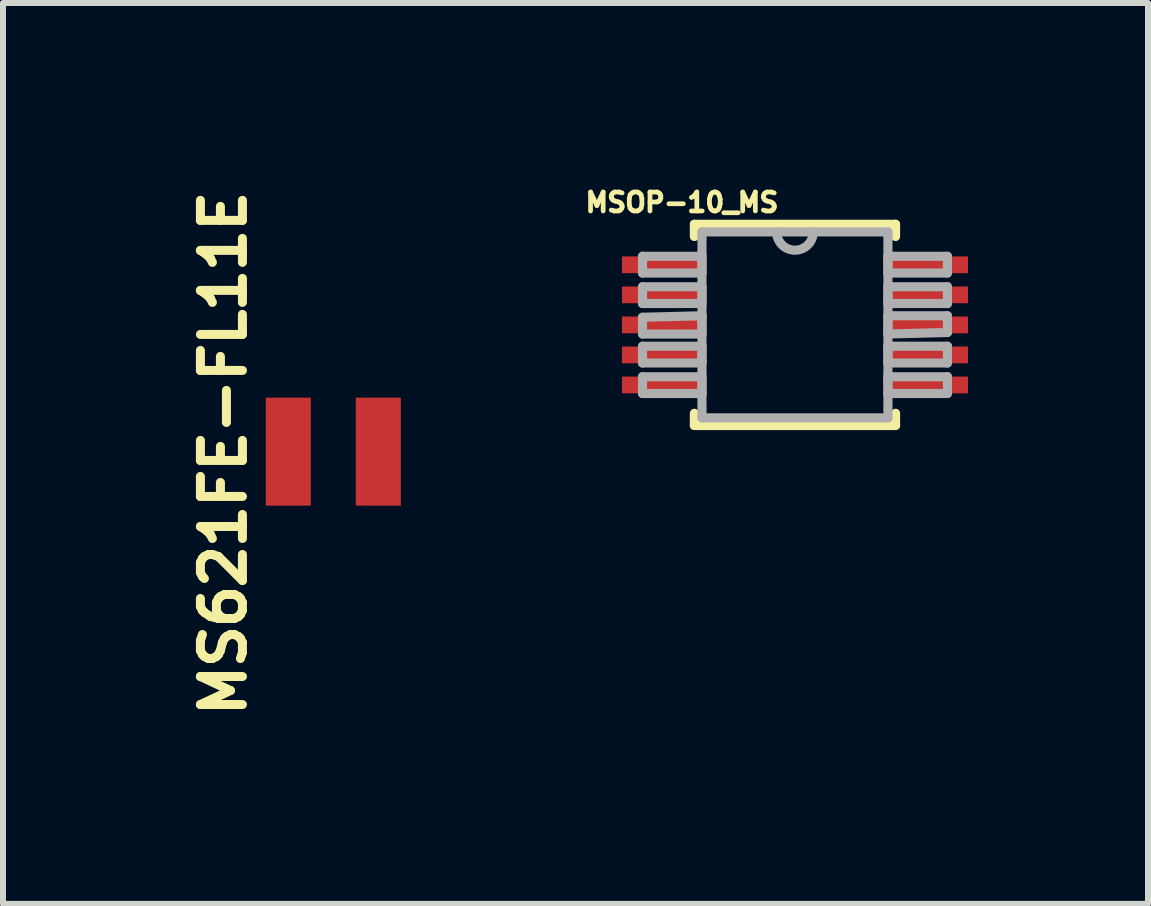
<source format=kicad_pcb>
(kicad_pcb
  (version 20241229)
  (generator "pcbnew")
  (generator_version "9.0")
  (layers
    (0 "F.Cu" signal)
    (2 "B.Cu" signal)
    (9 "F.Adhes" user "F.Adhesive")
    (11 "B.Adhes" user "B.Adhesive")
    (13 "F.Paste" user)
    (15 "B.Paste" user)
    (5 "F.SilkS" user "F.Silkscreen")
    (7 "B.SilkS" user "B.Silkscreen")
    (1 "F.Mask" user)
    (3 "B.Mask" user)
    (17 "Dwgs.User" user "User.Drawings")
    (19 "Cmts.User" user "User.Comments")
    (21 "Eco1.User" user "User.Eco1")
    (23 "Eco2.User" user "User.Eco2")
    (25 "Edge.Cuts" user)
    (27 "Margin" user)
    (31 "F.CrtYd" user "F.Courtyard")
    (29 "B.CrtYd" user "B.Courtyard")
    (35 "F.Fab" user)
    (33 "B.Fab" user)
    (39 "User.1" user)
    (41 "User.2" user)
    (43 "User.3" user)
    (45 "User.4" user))
  (footprint "MSOP-10_MS"
    (layer "F.Cu")
    (at 10.195 2.363)
    (property "Reference" "MSOP-10_MS" (at -1.883 -2.04 0) (layer "F.SilkS") (effects (font (size 0.315 0.315) (thickness 0.15))))
    (attr through_hole)
    (fp_line (start -1.676 -1.676) (end -1.676 -1.473) (stroke (width 0.152) (type solid)) (layer "F.SilkS"))
    (fp_line (start -1.676 1.473) (end -1.676 1.676) (stroke (width 0.152) (type solid)) (layer "F.SilkS"))
    (fp_line (start -1.676 1.676) (end 1.676 1.676) (stroke (width 0.152) (type solid)) (layer "F.SilkS"))
    (fp_line (start 1.676 -1.676) (end -1.676 -1.676) (stroke (width 0.152) (type solid)) (layer "F.SilkS"))
    (fp_line (start 1.676 -1.473) (end 1.676 -1.676) (stroke (width 0.152) (type solid)) (layer "F.SilkS"))
    (fp_line (start 1.676 1.676) (end 1.676 1.473) (stroke (width 0.152) (type solid)) (layer "F.SilkS"))
    (fp_line (start -2.54 -1.143) (end -2.54 -0.864) (stroke (width 0.152) (type solid)) (layer "F.Fab"))
    (fp_line (start -2.54 -0.864) (end -1.549 -0.864) (stroke (width 0.152) (type solid)) (layer "F.Fab"))
    (fp_line (start -2.54 -0.635) (end -2.54 -0.356) (stroke (width 0.152) (type solid)) (layer "F.Fab"))
    (fp_line (start -2.54 -0.356) (end -1.549 -0.356) (stroke (width 0.152) (type solid)) (layer "F.Fab"))
    (fp_line (start -2.54 -0.127) (end -2.54 0.152) (stroke (width 0.152) (type solid)) (layer "F.Fab"))
    (fp_line (start -2.54 0.152) (end -1.549 0.152) (stroke (width 0.152) (type solid)) (layer "F.Fab"))
    (fp_line (start -2.54 0.356) (end -2.54 0.635) (stroke (width 0.152) (type solid)) (layer "F.Fab"))
    (fp_line (start -2.54 0.635) (end -1.549 0.635) (stroke (width 0.152) (type solid)) (layer "F.Fab"))
    (fp_line (start -2.54 0.864) (end -2.54 1.143) (stroke (width 0.152) (type solid)) (layer "F.Fab"))
    (fp_line (start -2.54 1.143) (end -1.549 1.143) (stroke (width 0.152) (type solid)) (layer "F.Fab"))
    (fp_line (start -1.549 -1.549) (end -1.549 1.549) (stroke (width 0.152) (type solid)) (layer "F.Fab"))
    (fp_line (start -1.549 -1.143) (end -2.54 -1.143) (stroke (width 0.152) (type solid)) (layer "F.Fab"))
    (fp_line (start -1.549 -0.864) (end -1.549 -1.143) (stroke (width 0.152) (type solid)) (layer "F.Fab"))
    (fp_line (start -1.549 -0.635) (end -2.54 -0.635) (stroke (width 0.152) (type solid)) (layer "F.Fab"))
    (fp_line (start -1.549 -0.356) (end -1.549 -0.635) (stroke (width 0.152) (type solid)) (layer "F.Fab"))
    (fp_line (start -1.549 -0.152) (end -2.54 -0.127) (stroke (width 0.152) (type solid)) (layer "F.Fab"))
    (fp_line (start -1.549 0.152) (end -1.549 -0.152) (stroke (width 0.152) (type solid)) (layer "F.Fab"))
    (fp_line (start -1.549 0.356) (end -2.54 0.356) (stroke (width 0.152) (type solid)) (layer "F.Fab"))
    (fp_line (start -1.549 0.635) (end -1.549 0.356) (stroke (width 0.152) (type solid)) (layer "F.Fab"))
    (fp_line (start -1.549 0.864) (end -2.54 0.864) (stroke (width 0.152) (type solid)) (layer "F.Fab"))
    (fp_line (start -1.549 1.143) (end -1.549 0.864) (stroke (width 0.152) (type solid)) (layer "F.Fab"))
    (fp_line (start -1.549 1.549) (end 1.549 1.549) (stroke (width 0.152) (type solid)) (layer "F.Fab"))
    (fp_line (start -0.305 -1.549) (end -1.549 -1.549) (stroke (width 0.152) (type solid)) (layer "F.Fab"))
    (fp_line (start 0.305 -1.549) (end -0.305 -1.549) (stroke (width 0.152) (type solid)) (layer "F.Fab"))
    (fp_line (start 1.549 -1.549) (end 0.305 -1.549) (stroke (width 0.152) (type solid)) (layer "F.Fab"))
    (fp_line (start 1.549 -1.143) (end 1.549 -0.864) (stroke (width 0.152) (type solid)) (layer "F.Fab"))
    (fp_line (start 1.549 -0.864) (end 2.54 -0.864) (stroke (width 0.152) (type solid)) (layer "F.Fab"))
    (fp_line (start 1.549 -0.635) (end 1.549 -0.356) (stroke (width 0.152) (type solid)) (layer "F.Fab"))
    (fp_line (start 1.549 -0.356) (end 2.54 -0.356) (stroke (width 0.152) (type solid)) (layer "F.Fab"))
    (fp_line (start 1.549 -0.152) (end 1.549 0.152) (stroke (width 0.152) (type solid)) (layer "F.Fab"))
    (fp_line (start 1.549 0.152) (end 2.54 0.127) (stroke (width 0.152) (type solid)) (layer "F.Fab"))
    (fp_line (start 1.549 0.356) (end 1.549 0.635) (stroke (width 0.152) (type solid)) (layer "F.Fab"))
    (fp_line (start 1.549 0.635) (end 2.54 0.635) (stroke (width 0.152) (type solid)) (layer "F.Fab"))
    (fp_line (start 1.549 0.864) (end 1.549 1.143) (stroke (width 0.152) (type solid)) (layer "F.Fab"))
    (fp_line (start 1.549 1.143) (end 2.54 1.143) (stroke (width 0.152) (type solid)) (layer "F.Fab"))
    (fp_line (start 1.549 1.549) (end 1.549 -1.549) (stroke (width 0.152) (type solid)) (layer "F.Fab"))
    (fp_line (start 2.54 -1.143) (end 1.549 -1.143) (stroke (width 0.152) (type solid)) (layer "F.Fab"))
    (fp_line (start 2.54 -0.864) (end 2.54 -1.143) (stroke (width 0.152) (type solid)) (layer "F.Fab"))
    (fp_line (start 2.54 -0.635) (end 1.549 -0.635) (stroke (width 0.152) (type solid)) (layer "F.Fab"))
    (fp_line (start 2.54 -0.356) (end 2.54 -0.635) (stroke (width 0.152) (type solid)) (layer "F.Fab"))
    (fp_line (start 2.54 -0.152) (end 1.549 -0.152) (stroke (width 0.152) (type solid)) (layer "F.Fab"))
    (fp_line (start 2.54 0.127) (end 2.54 -0.152) (stroke (width 0.152) (type solid)) (layer "F.Fab"))
    (fp_line (start 2.54 0.356) (end 1.549 0.356) (stroke (width 0.152) (type solid)) (layer "F.Fab"))
    (fp_line (start 2.54 0.635) (end 2.54 0.356) (stroke (width 0.152) (type solid)) (layer "F.Fab"))
    (fp_line (start 2.54 0.864) (end 1.549 0.864) (stroke (width 0.152) (type solid)) (layer "F.Fab"))
    (fp_line (start 2.54 1.143) (end 2.54 0.864) (stroke (width 0.152) (type solid)) (layer "F.Fab"))
    (fp_arc (start 0.3048 -1.5494) (mid 0 -1.2446) (end -0.3048 -1.5494) (stroke (width 0.1524) (type solid)) (layer "F.Fab"))
    (pad "1" smd rect (at -2.184 -1.001) (size 1.397 0.279) (layers "F.Cu" "F.Mask" "F.Paste"))
    (pad "2" smd rect (at -2.184 -0.5) (size 1.397 0.279) (layers "F.Cu" "F.Mask" "F.Paste"))
    (pad "3" smd rect (at -2.184 0) (size 1.397 0.279) (layers "F.Cu" "F.Mask" "F.Paste"))
    (pad "4" smd rect (at -2.184 0.5) (size 1.397 0.279) (layers "F.Cu" "F.Mask" "F.Paste"))
    (pad "5" smd rect (at -2.184 1.001) (size 1.397 0.279) (layers "F.Cu" "F.Mask" "F.Paste"))
    (pad "6" smd rect (at 2.184 1.001) (size 1.397 0.279) (layers "F.Cu" "F.Mask" "F.Paste"))
    (pad "7" smd rect (at 2.184 0.5) (size 1.397 0.279) (layers "F.Cu" "F.Mask" "F.Paste"))
    (pad "8" smd rect (at 2.184 0) (size 1.397 0.279) (layers "F.Cu" "F.Mask" "F.Paste"))
    (pad "9" smd rect (at 2.184 -0.5) (size 1.397 0.279) (layers "F.Cu" "F.Mask" "F.Paste"))
    (pad "10" smd rect (at 2.184 -1.001) (size 1.397 0.279) (layers "F.Cu" "F.Mask" "F.Paste")))
  (footprint "MS621FE-FL11E"
    (layer "F.Cu")
    (at 2.503 4.475)
    (property "Reference" "MS621FE-FL11E" (at -1.83 0.03 270) (layer "F.SilkS") (effects (font (size 0.7 0.7) (thickness 0.15))))
    (attr smd)
    (pad "+" smd rect (at 0.75 0 90) (size 1.8 0.75) (layers "F.Cu" "F.Mask" "F.Paste"))
    (pad "-" smd rect (at -0.75 0 90) (size 1.8 0.75) (layers "F.Cu" "F.Mask" "F.Paste")))
  (gr_rect
    (start -3 -3)
    (end 16.077 12.01)
    (stroke (width 0.1) (type default))
    (fill no)
    (layer "Edge.Cuts")))
</source>
